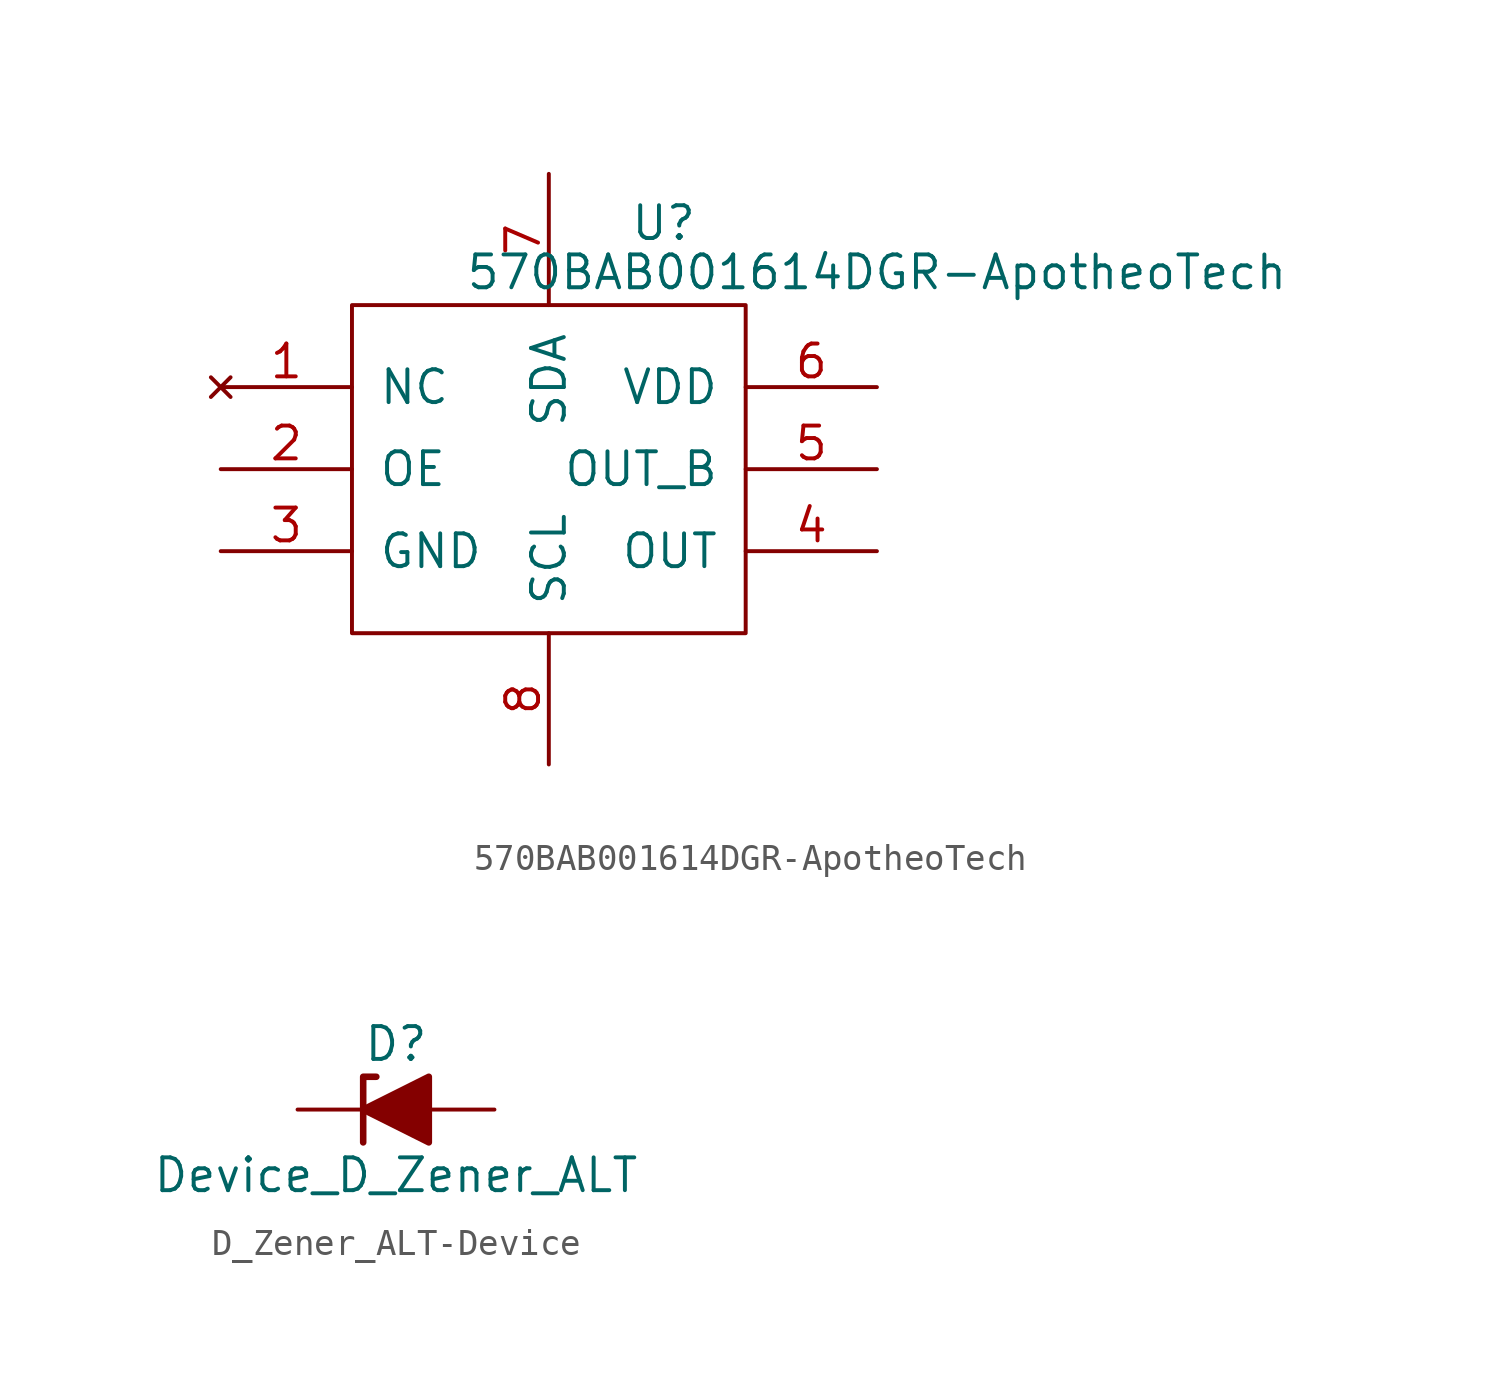
<source format=kicad_sym>
(kicad_symbol_lib
  (version 20220914)
  (generator kicad_symbol_editor)
  (symbol "570BAB001614DGR-ApotheoTech"
    (pin_names
      (offset 1.016))
    (property "Reference" "U"
      (at 4.445 9.525 0)
      (effects (font (size 1.27 1.27))))
    (property "Value" "570BAB001614DGR-ApotheoTech"
      (at 12.7 7.62 0)
      (effects (font (size 1.27 1.27))))
    (symbol "570BAB001614DGR-ApotheoTech_0_1"
      (rectangle (start -7.62 6.35) (end 7.62 -6.35) (stroke (width 0) (type solid)) (fill (type none))))
    (symbol "570BAB001614DGR-ApotheoTech_1_1"
      (pin no_connect line (at -12.7 3.175 0) (length 5.08) (name "NC" (effects (font (size 1.27 1.27)))) (number "1" (effects (font (size 1.27 1.27)))))
      (pin passive line (at -12.7 0 0) (length 5.08) (name "OE" (effects (font (size 1.27 1.27)))) (number "2" (effects (font (size 1.27 1.27)))))
      (pin passive line (at -12.7 -3.175 0) (length 5.08) (name "GND" (effects (font (size 1.27 1.27)))) (number "3" (effects (font (size 1.27 1.27)))))
      (pin passive line (at 12.7 -3.175 180) (length 5.08) (name "OUT" (effects (font (size 1.27 1.27)))) (number "4" (effects (font (size 1.27 1.27)))))
      (pin passive line (at 12.7 0 180) (length 5.08) (name "OUT_B" (effects (font (size 1.27 1.27)))) (number "5" (effects (font (size 1.27 1.27)))))
      (pin passive line (at 12.7 3.175 180) (length 5.08) (name "VDD" (effects (font (size 1.27 1.27)))) (number "6" (effects (font (size 1.27 1.27)))))
      (pin passive line (at 0 11.43 270) (length 5.08) (name "SDA" (effects (font (size 1.27 1.27)))) (number "7" (effects (font (size 1.27 1.27)))))
      (pin passive line (at 0 -11.43 90) (length 5.08) (name "SCL" (effects (font (size 1.27 1.27)))) (number "8" (effects (font (size 1.27 1.27)))))))
  (symbol "D_Zener_ALT-Device"
    (pin_numbers hide)
    (pin_names
      (offset 1.016) hide)
    (property "Reference" "D"
      (at 0 2.54 0)
      (effects (font (size 1.27 1.27))))
    (property "Value" "Device_D_Zener_ALT"
      (at 0 -2.54 0)
      (effects (font (size 1.27 1.27))))
    (symbol "D_Zener_ALT-Device_0_1"
      (polyline (pts (xy 1.27 0) (xy -1.27 0)) (stroke (width 0) (type solid)) (fill (type none)))
      (polyline (pts (xy -1.27 -1.27) (xy -1.27 1.27) (xy -0.762 1.27)) (stroke (width 0.254) (type solid)) (fill (type none)))
      (polyline (pts (xy 1.27 -1.27) (xy 1.27 1.27) (xy -1.27 0) (xy 1.27 -1.27)) (stroke (width 0.254) (type solid)) (fill (type outline))))
    (symbol "D_Zener_ALT-Device_1_1"
      (pin passive line (at -3.81 0 0) (length 2.54) (name "K" (effects (font (size 1.27 1.27)))) (number "1" (effects (font (size 1.27 1.27)))))
      (pin passive line (at 3.81 0 180) (length 2.54) (name "A" (effects (font (size 1.27 1.27)))) (number "2" (effects (font (size 1.27 1.27))))))))
</source>
